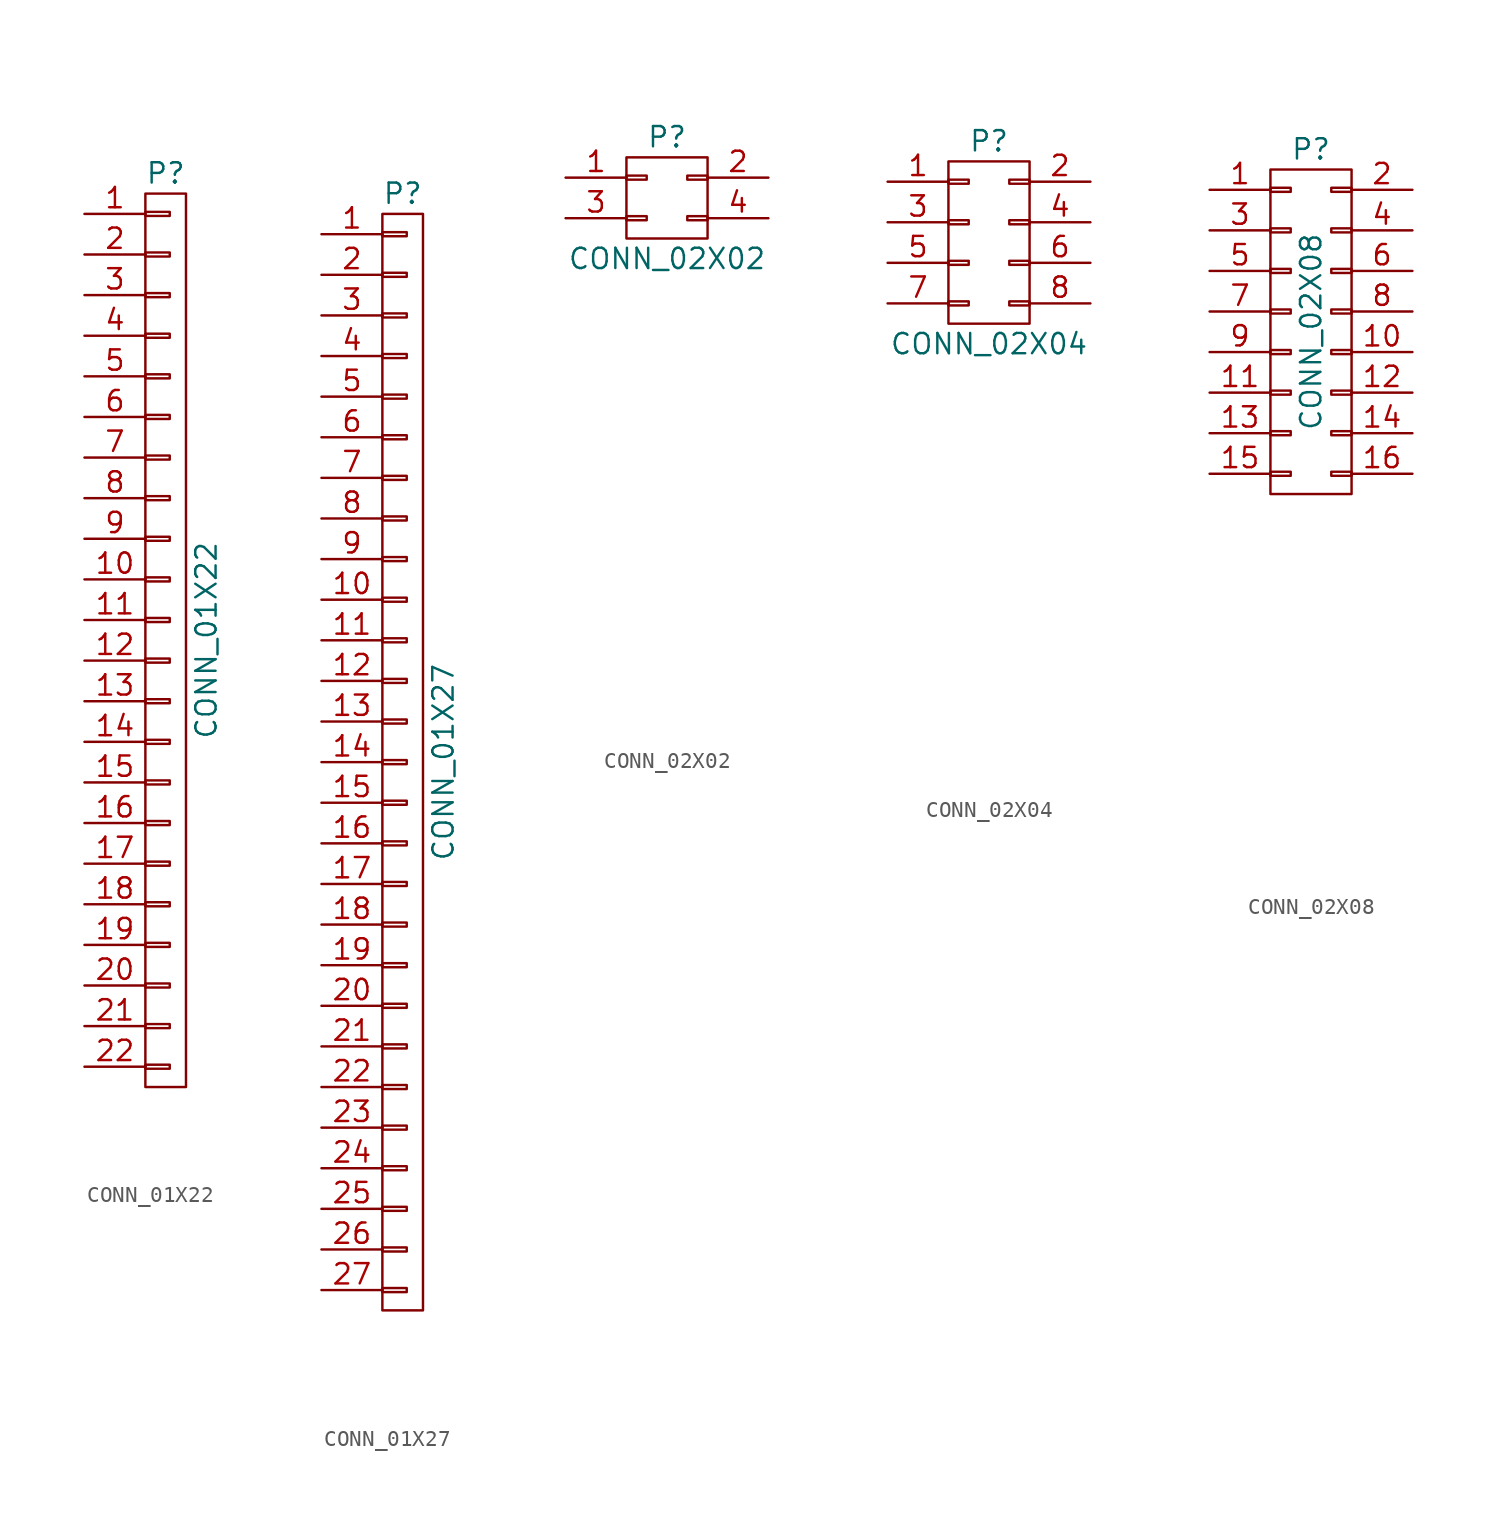
<source format=kicad_sym>
(kicad_symbol_lib
  (version 20211014)
  (generator kicad_symbol_editor)
  (symbol "CONN_01X22"
    (pin_names
      (offset 1.016) hide)
    (property "Reference" "P"
      (at 0 29.21 0)
      (effects (font (size 1.27 1.27))))
    (property "Value" "CONN_01X22"
      (at 2.54 0 90)
      (effects (font (size 1.27 1.27))))
    (property "Footprint" ""
      (at 0 0 0)
      (effects (font (size 1.27 1.27))))
    (property "Datasheet" ""
      (at 0 0 0)
      (effects (font (size 1.27 1.27))))
    (symbol "CONN_01X22_0_1"
      (rectangle (start -1.27 -27.94) (end 1.27 27.94) (stroke (width 0) (type default) (color 0 0 0 0)) (fill (type none)))
      (rectangle (start -1.27 -26.543) (end 0.254 -26.797) (stroke (width 0) (type default) (color 0 0 0 0)) (fill (type none)))
      (rectangle (start -1.27 -24.003) (end 0.254 -24.257) (stroke (width 0) (type default) (color 0 0 0 0)) (fill (type none)))
      (rectangle (start -1.27 -21.463) (end 0.254 -21.717) (stroke (width 0) (type default) (color 0 0 0 0)) (fill (type none)))
      (rectangle (start -1.27 -18.923) (end 0.254 -19.177) (stroke (width 0) (type default) (color 0 0 0 0)) (fill (type none)))
      (rectangle (start -1.27 -16.383) (end 0.254 -16.637) (stroke (width 0) (type default) (color 0 0 0 0)) (fill (type none)))
      (rectangle (start -1.27 -13.843) (end 0.254 -14.097) (stroke (width 0) (type default) (color 0 0 0 0)) (fill (type none)))
      (rectangle (start -1.27 -11.303) (end 0.254 -11.557) (stroke (width 0) (type default) (color 0 0 0 0)) (fill (type none)))
      (rectangle (start -1.27 -8.763) (end 0.254 -9.017) (stroke (width 0) (type default) (color 0 0 0 0)) (fill (type none)))
      (rectangle (start -1.27 -6.223) (end 0.254 -6.477) (stroke (width 0) (type default) (color 0 0 0 0)) (fill (type none)))
      (rectangle (start -1.27 -3.683) (end 0.254 -3.937) (stroke (width 0) (type default) (color 0 0 0 0)) (fill (type none)))
      (rectangle (start -1.27 -1.143) (end 0.254 -1.397) (stroke (width 0) (type default) (color 0 0 0 0)) (fill (type none)))
      (rectangle (start -1.27 1.397) (end 0.254 1.143) (stroke (width 0) (type default) (color 0 0 0 0)) (fill (type none)))
      (rectangle (start -1.27 3.937) (end 0.254 3.683) (stroke (width 0) (type default) (color 0 0 0 0)) (fill (type none)))
      (rectangle (start -1.27 6.477) (end 0.254 6.223) (stroke (width 0) (type default) (color 0 0 0 0)) (fill (type none)))
      (rectangle (start -1.27 9.017) (end 0.254 8.763) (stroke (width 0) (type default) (color 0 0 0 0)) (fill (type none)))
      (rectangle (start -1.27 11.557) (end 0.254 11.303) (stroke (width 0) (type default) (color 0 0 0 0)) (fill (type none)))
      (rectangle (start -1.27 14.097) (end 0.254 13.843) (stroke (width 0) (type default) (color 0 0 0 0)) (fill (type none)))
      (rectangle (start -1.27 16.637) (end 0.254 16.383) (stroke (width 0) (type default) (color 0 0 0 0)) (fill (type none)))
      (rectangle (start -1.27 19.177) (end 0.254 18.923) (stroke (width 0) (type default) (color 0 0 0 0)) (fill (type none)))
      (rectangle (start -1.27 21.717) (end 0.254 21.463) (stroke (width 0) (type default) (color 0 0 0 0)) (fill (type none)))
      (rectangle (start -1.27 24.257) (end 0.254 24.003) (stroke (width 0) (type default) (color 0 0 0 0)) (fill (type none)))
      (rectangle (start -1.27 26.797) (end 0.254 26.543) (stroke (width 0) (type default) (color 0 0 0 0)) (fill (type none))))
    (symbol "CONN_01X22_1_1"
      (pin passive line (at -5.08 26.67 0) (length 3.81) (name "P1" (effects (font (size 1.27 1.27)))) (number "1" (effects (font (size 1.27 1.27)))))
      (pin passive line (at -5.08 3.81 0) (length 3.81) (name "P10" (effects (font (size 1.27 1.27)))) (number "10" (effects (font (size 1.27 1.27)))))
      (pin passive line (at -5.08 1.27 0) (length 3.81) (name "P11" (effects (font (size 1.27 1.27)))) (number "11" (effects (font (size 1.27 1.27)))))
      (pin passive line (at -5.08 -1.27 0) (length 3.81) (name "P12" (effects (font (size 1.27 1.27)))) (number "12" (effects (font (size 1.27 1.27)))))
      (pin passive line (at -5.08 -3.81 0) (length 3.81) (name "P13" (effects (font (size 1.27 1.27)))) (number "13" (effects (font (size 1.27 1.27)))))
      (pin passive line (at -5.08 -6.35 0) (length 3.81) (name "P14" (effects (font (size 1.27 1.27)))) (number "14" (effects (font (size 1.27 1.27)))))
      (pin passive line (at -5.08 -8.89 0) (length 3.81) (name "P15" (effects (font (size 1.27 1.27)))) (number "15" (effects (font (size 1.27 1.27)))))
      (pin passive line (at -5.08 -11.43 0) (length 3.81) (name "P16" (effects (font (size 1.27 1.27)))) (number "16" (effects (font (size 1.27 1.27)))))
      (pin passive line (at -5.08 -13.97 0) (length 3.81) (name "P17" (effects (font (size 1.27 1.27)))) (number "17" (effects (font (size 1.27 1.27)))))
      (pin passive line (at -5.08 -16.51 0) (length 3.81) (name "P18" (effects (font (size 1.27 1.27)))) (number "18" (effects (font (size 1.27 1.27)))))
      (pin passive line (at -5.08 -19.05 0) (length 3.81) (name "P19" (effects (font (size 1.27 1.27)))) (number "19" (effects (font (size 1.27 1.27)))))
      (pin passive line (at -5.08 24.13 0) (length 3.81) (name "P2" (effects (font (size 1.27 1.27)))) (number "2" (effects (font (size 1.27 1.27)))))
      (pin passive line (at -5.08 -21.59 0) (length 3.81) (name "P20" (effects (font (size 1.27 1.27)))) (number "20" (effects (font (size 1.27 1.27)))))
      (pin passive line (at -5.08 -24.13 0) (length 3.81) (name "P21" (effects (font (size 1.27 1.27)))) (number "21" (effects (font (size 1.27 1.27)))))
      (pin passive line (at -5.08 -26.67 0) (length 3.81) (name "P22" (effects (font (size 1.27 1.27)))) (number "22" (effects (font (size 1.27 1.27)))))
      (pin passive line (at -5.08 21.59 0) (length 3.81) (name "P3" (effects (font (size 1.27 1.27)))) (number "3" (effects (font (size 1.27 1.27)))))
      (pin passive line (at -5.08 19.05 0) (length 3.81) (name "P4" (effects (font (size 1.27 1.27)))) (number "4" (effects (font (size 1.27 1.27)))))
      (pin passive line (at -5.08 16.51 0) (length 3.81) (name "P5" (effects (font (size 1.27 1.27)))) (number "5" (effects (font (size 1.27 1.27)))))
      (pin passive line (at -5.08 13.97 0) (length 3.81) (name "P6" (effects (font (size 1.27 1.27)))) (number "6" (effects (font (size 1.27 1.27)))))
      (pin passive line (at -5.08 11.43 0) (length 3.81) (name "P7" (effects (font (size 1.27 1.27)))) (number "7" (effects (font (size 1.27 1.27)))))
      (pin passive line (at -5.08 8.89 0) (length 3.81) (name "P8" (effects (font (size 1.27 1.27)))) (number "8" (effects (font (size 1.27 1.27)))))
      (pin passive line (at -5.08 6.35 0) (length 3.81) (name "P9" (effects (font (size 1.27 1.27)))) (number "9" (effects (font (size 1.27 1.27)))))))
  (symbol "CONN_01X27"
    (pin_names
      (offset 1.016) hide)
    (property "Reference" "P"
      (at 0 35.56 0)
      (effects (font (size 1.27 1.27))))
    (property "Value" "CONN_01X27"
      (at 2.54 0 90)
      (effects (font (size 1.27 1.27))))
    (property "Footprint" ""
      (at 0 0 0)
      (effects (font (size 1.27 1.27))))
    (property "Datasheet" ""
      (at 0 0 0)
      (effects (font (size 1.27 1.27))))
    (symbol "CONN_01X27_0_1"
      (rectangle (start -1.27 -34.29) (end 1.27 34.29) (stroke (width 0) (type default) (color 0 0 0 0)) (fill (type none)))
      (rectangle (start -1.27 -32.893) (end 0.254 -33.147) (stroke (width 0) (type default) (color 0 0 0 0)) (fill (type none)))
      (rectangle (start -1.27 -30.353) (end 0.254 -30.607) (stroke (width 0) (type default) (color 0 0 0 0)) (fill (type none)))
      (rectangle (start -1.27 -27.813) (end 0.254 -28.067) (stroke (width 0) (type default) (color 0 0 0 0)) (fill (type none)))
      (rectangle (start -1.27 -25.273) (end 0.254 -25.527) (stroke (width 0) (type default) (color 0 0 0 0)) (fill (type none)))
      (rectangle (start -1.27 -22.733) (end 0.254 -22.987) (stroke (width 0) (type default) (color 0 0 0 0)) (fill (type none)))
      (rectangle (start -1.27 -20.193) (end 0.254 -20.447) (stroke (width 0) (type default) (color 0 0 0 0)) (fill (type none)))
      (rectangle (start -1.27 -17.653) (end 0.254 -17.907) (stroke (width 0) (type default) (color 0 0 0 0)) (fill (type none)))
      (rectangle (start -1.27 -15.113) (end 0.254 -15.367) (stroke (width 0) (type default) (color 0 0 0 0)) (fill (type none)))
      (rectangle (start -1.27 -12.573) (end 0.254 -12.827) (stroke (width 0) (type default) (color 0 0 0 0)) (fill (type none)))
      (rectangle (start -1.27 -10.033) (end 0.254 -10.287) (stroke (width 0) (type default) (color 0 0 0 0)) (fill (type none)))
      (rectangle (start -1.27 -7.493) (end 0.254 -7.747) (stroke (width 0) (type default) (color 0 0 0 0)) (fill (type none)))
      (rectangle (start -1.27 -4.953) (end 0.254 -5.207) (stroke (width 0) (type default) (color 0 0 0 0)) (fill (type none)))
      (rectangle (start -1.27 -2.413) (end 0.254 -2.667) (stroke (width 0) (type default) (color 0 0 0 0)) (fill (type none)))
      (rectangle (start -1.27 0.127) (end 0.254 -0.127) (stroke (width 0) (type default) (color 0 0 0 0)) (fill (type none)))
      (rectangle (start -1.27 2.667) (end 0.254 2.413) (stroke (width 0) (type default) (color 0 0 0 0)) (fill (type none)))
      (rectangle (start -1.27 5.207) (end 0.254 4.953) (stroke (width 0) (type default) (color 0 0 0 0)) (fill (type none)))
      (rectangle (start -1.27 7.747) (end 0.254 7.493) (stroke (width 0) (type default) (color 0 0 0 0)) (fill (type none)))
      (rectangle (start -1.27 10.287) (end 0.254 10.033) (stroke (width 0) (type default) (color 0 0 0 0)) (fill (type none)))
      (rectangle (start -1.27 12.827) (end 0.254 12.573) (stroke (width 0) (type default) (color 0 0 0 0)) (fill (type none)))
      (rectangle (start -1.27 15.367) (end 0.254 15.113) (stroke (width 0) (type default) (color 0 0 0 0)) (fill (type none)))
      (rectangle (start -1.27 17.907) (end 0.254 17.653) (stroke (width 0) (type default) (color 0 0 0 0)) (fill (type none)))
      (rectangle (start -1.27 20.447) (end 0.254 20.193) (stroke (width 0) (type default) (color 0 0 0 0)) (fill (type none)))
      (rectangle (start -1.27 22.987) (end 0.254 22.733) (stroke (width 0) (type default) (color 0 0 0 0)) (fill (type none)))
      (rectangle (start -1.27 25.527) (end 0.254 25.273) (stroke (width 0) (type default) (color 0 0 0 0)) (fill (type none)))
      (rectangle (start -1.27 28.067) (end 0.254 27.813) (stroke (width 0) (type default) (color 0 0 0 0)) (fill (type none)))
      (rectangle (start -1.27 30.607) (end 0.254 30.353) (stroke (width 0) (type default) (color 0 0 0 0)) (fill (type none)))
      (rectangle (start -1.27 33.147) (end 0.254 32.893) (stroke (width 0) (type default) (color 0 0 0 0)) (fill (type none))))
    (symbol "CONN_01X27_1_1"
      (pin passive line (at -5.08 33.02 0) (length 3.81) (name "P1" (effects (font (size 1.27 1.27)))) (number "1" (effects (font (size 1.27 1.27)))))
      (pin passive line (at -5.08 10.16 0) (length 3.81) (name "P10" (effects (font (size 1.27 1.27)))) (number "10" (effects (font (size 1.27 1.27)))))
      (pin passive line (at -5.08 7.62 0) (length 3.81) (name "P11" (effects (font (size 1.27 1.27)))) (number "11" (effects (font (size 1.27 1.27)))))
      (pin passive line (at -5.08 5.08 0) (length 3.81) (name "P12" (effects (font (size 1.27 1.27)))) (number "12" (effects (font (size 1.27 1.27)))))
      (pin passive line (at -5.08 2.54 0) (length 3.81) (name "P13" (effects (font (size 1.27 1.27)))) (number "13" (effects (font (size 1.27 1.27)))))
      (pin passive line (at -5.08 0 0) (length 3.81) (name "P14" (effects (font (size 1.27 1.27)))) (number "14" (effects (font (size 1.27 1.27)))))
      (pin passive line (at -5.08 -2.54 0) (length 3.81) (name "P15" (effects (font (size 1.27 1.27)))) (number "15" (effects (font (size 1.27 1.27)))))
      (pin passive line (at -5.08 -5.08 0) (length 3.81) (name "P16" (effects (font (size 1.27 1.27)))) (number "16" (effects (font (size 1.27 1.27)))))
      (pin passive line (at -5.08 -7.62 0) (length 3.81) (name "P17" (effects (font (size 1.27 1.27)))) (number "17" (effects (font (size 1.27 1.27)))))
      (pin passive line (at -5.08 -10.16 0) (length 3.81) (name "P18" (effects (font (size 1.27 1.27)))) (number "18" (effects (font (size 1.27 1.27)))))
      (pin passive line (at -5.08 -12.7 0) (length 3.81) (name "P19" (effects (font (size 1.27 1.27)))) (number "19" (effects (font (size 1.27 1.27)))))
      (pin passive line (at -5.08 30.48 0) (length 3.81) (name "P2" (effects (font (size 1.27 1.27)))) (number "2" (effects (font (size 1.27 1.27)))))
      (pin passive line (at -5.08 -15.24 0) (length 3.81) (name "P20" (effects (font (size 1.27 1.27)))) (number "20" (effects (font (size 1.27 1.27)))))
      (pin passive line (at -5.08 -17.78 0) (length 3.81) (name "P21" (effects (font (size 1.27 1.27)))) (number "21" (effects (font (size 1.27 1.27)))))
      (pin passive line (at -5.08 -20.32 0) (length 3.81) (name "P22" (effects (font (size 1.27 1.27)))) (number "22" (effects (font (size 1.27 1.27)))))
      (pin passive line (at -5.08 -22.86 0) (length 3.81) (name "P23" (effects (font (size 1.27 1.27)))) (number "23" (effects (font (size 1.27 1.27)))))
      (pin passive line (at -5.08 -25.4 0) (length 3.81) (name "P24" (effects (font (size 1.27 1.27)))) (number "24" (effects (font (size 1.27 1.27)))))
      (pin passive line (at -5.08 -27.94 0) (length 3.81) (name "P25" (effects (font (size 1.27 1.27)))) (number "25" (effects (font (size 1.27 1.27)))))
      (pin passive line (at -5.08 -30.48 0) (length 3.81) (name "P26" (effects (font (size 1.27 1.27)))) (number "26" (effects (font (size 1.27 1.27)))))
      (pin passive line (at -5.08 -33.02 0) (length 3.81) (name "P27" (effects (font (size 1.27 1.27)))) (number "27" (effects (font (size 1.27 1.27)))))
      (pin passive line (at -5.08 27.94 0) (length 3.81) (name "P3" (effects (font (size 1.27 1.27)))) (number "3" (effects (font (size 1.27 1.27)))))
      (pin passive line (at -5.08 25.4 0) (length 3.81) (name "P4" (effects (font (size 1.27 1.27)))) (number "4" (effects (font (size 1.27 1.27)))))
      (pin passive line (at -5.08 22.86 0) (length 3.81) (name "P5" (effects (font (size 1.27 1.27)))) (number "5" (effects (font (size 1.27 1.27)))))
      (pin passive line (at -5.08 20.32 0) (length 3.81) (name "P6" (effects (font (size 1.27 1.27)))) (number "6" (effects (font (size 1.27 1.27)))))
      (pin passive line (at -5.08 17.78 0) (length 3.81) (name "P7" (effects (font (size 1.27 1.27)))) (number "7" (effects (font (size 1.27 1.27)))))
      (pin passive line (at -5.08 15.24 0) (length 3.81) (name "P8" (effects (font (size 1.27 1.27)))) (number "8" (effects (font (size 1.27 1.27)))))
      (pin passive line (at -5.08 12.7 0) (length 3.81) (name "P9" (effects (font (size 1.27 1.27)))) (number "9" (effects (font (size 1.27 1.27)))))))
  (symbol "CONN_02X02"
    (pin_names
      (offset 0.025) hide)
    (property "Reference" "P"
      (at 0 3.81 0)
      (effects (font (size 1.27 1.27))))
    (property "Value" "CONN_02X02"
      (at 0 -3.81 0)
      (effects (font (size 1.27 1.27))))
    (property "Footprint" ""
      (at 0 -30.48 0)
      (effects (font (size 1.27 1.27))))
    (property "Datasheet" ""
      (at 0 -30.48 0)
      (effects (font (size 1.27 1.27))))
    (symbol "CONN_02X02_0_1"
      (rectangle (start -2.54 -1.143) (end -1.27 -1.397) (stroke (width 0) (type default) (color 0 0 0 0)) (fill (type none)))
      (rectangle (start -2.54 1.397) (end -1.27 1.143) (stroke (width 0) (type default) (color 0 0 0 0)) (fill (type none)))
      (rectangle (start -2.54 2.54) (end 2.54 -2.54) (stroke (width 0) (type default) (color 0 0 0 0)) (fill (type none)))
      (rectangle (start 1.27 -1.143) (end 2.54 -1.397) (stroke (width 0) (type default) (color 0 0 0 0)) (fill (type none)))
      (rectangle (start 1.27 1.397) (end 2.54 1.143) (stroke (width 0) (type default) (color 0 0 0 0)) (fill (type none))))
    (symbol "CONN_02X02_1_1"
      (pin passive line (at -6.35 1.27 0) (length 3.81) (name "P1" (effects (font (size 1.27 1.27)))) (number "1" (effects (font (size 1.27 1.27)))))
      (pin passive line (at 6.35 1.27 180) (length 3.81) (name "P2" (effects (font (size 1.27 1.27)))) (number "2" (effects (font (size 1.27 1.27)))))
      (pin passive line (at -6.35 -1.27 0) (length 3.81) (name "P3" (effects (font (size 1.27 1.27)))) (number "3" (effects (font (size 1.27 1.27)))))
      (pin passive line (at 6.35 -1.27 180) (length 3.81) (name "P4" (effects (font (size 1.27 1.27)))) (number "4" (effects (font (size 1.27 1.27)))))))
  (symbol "CONN_02X04"
    (pin_names
      (offset 0.025) hide)
    (property "Reference" "P"
      (at 0 6.35 0)
      (effects (font (size 1.27 1.27))))
    (property "Value" "CONN_02X04"
      (at 0 -6.35 0)
      (effects (font (size 1.27 1.27))))
    (property "Footprint" ""
      (at 0 -30.48 0)
      (effects (font (size 1.27 1.27))))
    (property "Datasheet" ""
      (at 0 -30.48 0)
      (effects (font (size 1.27 1.27))))
    (symbol "CONN_02X04_0_1"
      (rectangle (start -2.54 -3.683) (end -1.27 -3.937) (stroke (width 0) (type default) (color 0 0 0 0)) (fill (type none)))
      (rectangle (start -2.54 -1.143) (end -1.27 -1.397) (stroke (width 0) (type default) (color 0 0 0 0)) (fill (type none)))
      (rectangle (start -2.54 1.397) (end -1.27 1.143) (stroke (width 0) (type default) (color 0 0 0 0)) (fill (type none)))
      (rectangle (start -2.54 3.937) (end -1.27 3.683) (stroke (width 0) (type default) (color 0 0 0 0)) (fill (type none)))
      (rectangle (start -2.54 5.08) (end 2.54 -5.08) (stroke (width 0) (type default) (color 0 0 0 0)) (fill (type none)))
      (rectangle (start 1.27 -3.683) (end 2.54 -3.937) (stroke (width 0) (type default) (color 0 0 0 0)) (fill (type none)))
      (rectangle (start 1.27 -1.143) (end 2.54 -1.397) (stroke (width 0) (type default) (color 0 0 0 0)) (fill (type none)))
      (rectangle (start 1.27 1.397) (end 2.54 1.143) (stroke (width 0) (type default) (color 0 0 0 0)) (fill (type none)))
      (rectangle (start 1.27 3.937) (end 2.54 3.683) (stroke (width 0) (type default) (color 0 0 0 0)) (fill (type none))))
    (symbol "CONN_02X04_1_1"
      (pin passive line (at -6.35 3.81 0) (length 3.81) (name "P1" (effects (font (size 1.27 1.27)))) (number "1" (effects (font (size 1.27 1.27)))))
      (pin passive line (at 6.35 3.81 180) (length 3.81) (name "P2" (effects (font (size 1.27 1.27)))) (number "2" (effects (font (size 1.27 1.27)))))
      (pin passive line (at -6.35 1.27 0) (length 3.81) (name "P3" (effects (font (size 1.27 1.27)))) (number "3" (effects (font (size 1.27 1.27)))))
      (pin passive line (at 6.35 1.27 180) (length 3.81) (name "P4" (effects (font (size 1.27 1.27)))) (number "4" (effects (font (size 1.27 1.27)))))
      (pin passive line (at -6.35 -1.27 0) (length 3.81) (name "P5" (effects (font (size 1.27 1.27)))) (number "5" (effects (font (size 1.27 1.27)))))
      (pin passive line (at 6.35 -1.27 180) (length 3.81) (name "P6" (effects (font (size 1.27 1.27)))) (number "6" (effects (font (size 1.27 1.27)))))
      (pin passive line (at -6.35 -3.81 0) (length 3.81) (name "P7" (effects (font (size 1.27 1.27)))) (number "7" (effects (font (size 1.27 1.27)))))
      (pin passive line (at 6.35 -3.81 180) (length 3.81) (name "P8" (effects (font (size 1.27 1.27)))) (number "8" (effects (font (size 1.27 1.27)))))))
  (symbol "CONN_02X08"
    (pin_names
      (offset 0.025) hide)
    (property "Reference" "P"
      (at 0 11.43 0)
      (effects (font (size 1.27 1.27))))
    (property "Value" "CONN_02X08"
      (at 0 0 90)
      (effects (font (size 1.27 1.27))))
    (property "Footprint" ""
      (at 0 -30.48 0)
      (effects (font (size 1.27 1.27))))
    (property "Datasheet" ""
      (at 0 -30.48 0)
      (effects (font (size 1.27 1.27))))
    (symbol "CONN_02X08_0_1"
      (rectangle (start -2.54 -8.763) (end -1.27 -9.017) (stroke (width 0) (type default) (color 0 0 0 0)) (fill (type none)))
      (rectangle (start -2.54 -6.223) (end -1.27 -6.477) (stroke (width 0) (type default) (color 0 0 0 0)) (fill (type none)))
      (rectangle (start -2.54 -3.683) (end -1.27 -3.937) (stroke (width 0) (type default) (color 0 0 0 0)) (fill (type none)))
      (rectangle (start -2.54 -1.143) (end -1.27 -1.397) (stroke (width 0) (type default) (color 0 0 0 0)) (fill (type none)))
      (rectangle (start -2.54 1.397) (end -1.27 1.143) (stroke (width 0) (type default) (color 0 0 0 0)) (fill (type none)))
      (rectangle (start -2.54 3.937) (end -1.27 3.683) (stroke (width 0) (type default) (color 0 0 0 0)) (fill (type none)))
      (rectangle (start -2.54 6.477) (end -1.27 6.223) (stroke (width 0) (type default) (color 0 0 0 0)) (fill (type none)))
      (rectangle (start -2.54 9.017) (end -1.27 8.763) (stroke (width 0) (type default) (color 0 0 0 0)) (fill (type none)))
      (rectangle (start -2.54 10.16) (end 2.54 -10.16) (stroke (width 0) (type default) (color 0 0 0 0)) (fill (type none)))
      (rectangle (start 1.27 -8.763) (end 2.54 -9.017) (stroke (width 0) (type default) (color 0 0 0 0)) (fill (type none)))
      (rectangle (start 1.27 -6.223) (end 2.54 -6.477) (stroke (width 0) (type default) (color 0 0 0 0)) (fill (type none)))
      (rectangle (start 1.27 -3.683) (end 2.54 -3.937) (stroke (width 0) (type default) (color 0 0 0 0)) (fill (type none)))
      (rectangle (start 1.27 -1.143) (end 2.54 -1.397) (stroke (width 0) (type default) (color 0 0 0 0)) (fill (type none)))
      (rectangle (start 1.27 1.397) (end 2.54 1.143) (stroke (width 0) (type default) (color 0 0 0 0)) (fill (type none)))
      (rectangle (start 1.27 3.937) (end 2.54 3.683) (stroke (width 0) (type default) (color 0 0 0 0)) (fill (type none)))
      (rectangle (start 1.27 6.477) (end 2.54 6.223) (stroke (width 0) (type default) (color 0 0 0 0)) (fill (type none)))
      (rectangle (start 1.27 9.017) (end 2.54 8.763) (stroke (width 0) (type default) (color 0 0 0 0)) (fill (type none))))
    (symbol "CONN_02X08_1_1"
      (pin passive line (at -6.35 8.89 0) (length 3.81) (name "P1" (effects (font (size 1.27 1.27)))) (number "1" (effects (font (size 1.27 1.27)))))
      (pin passive line (at 6.35 -1.27 180) (length 3.81) (name "P10" (effects (font (size 1.27 1.27)))) (number "10" (effects (font (size 1.27 1.27)))))
      (pin passive line (at -6.35 -3.81 0) (length 3.81) (name "P11" (effects (font (size 1.27 1.27)))) (number "11" (effects (font (size 1.27 1.27)))))
      (pin passive line (at 6.35 -3.81 180) (length 3.81) (name "P12" (effects (font (size 1.27 1.27)))) (number "12" (effects (font (size 1.27 1.27)))))
      (pin passive line (at -6.35 -6.35 0) (length 3.81) (name "P13" (effects (font (size 1.27 1.27)))) (number "13" (effects (font (size 1.27 1.27)))))
      (pin passive line (at 6.35 -6.35 180) (length 3.81) (name "P14" (effects (font (size 1.27 1.27)))) (number "14" (effects (font (size 1.27 1.27)))))
      (pin passive line (at -6.35 -8.89 0) (length 3.81) (name "P15" (effects (font (size 1.27 1.27)))) (number "15" (effects (font (size 1.27 1.27)))))
      (pin passive line (at 6.35 -8.89 180) (length 3.81) (name "P16" (effects (font (size 1.27 1.27)))) (number "16" (effects (font (size 1.27 1.27)))))
      (pin passive line (at 6.35 8.89 180) (length 3.81) (name "P2" (effects (font (size 1.27 1.27)))) (number "2" (effects (font (size 1.27 1.27)))))
      (pin passive line (at -6.35 6.35 0) (length 3.81) (name "P3" (effects (font (size 1.27 1.27)))) (number "3" (effects (font (size 1.27 1.27)))))
      (pin passive line (at 6.35 6.35 180) (length 3.81) (name "P4" (effects (font (size 1.27 1.27)))) (number "4" (effects (font (size 1.27 1.27)))))
      (pin passive line (at -6.35 3.81 0) (length 3.81) (name "P5" (effects (font (size 1.27 1.27)))) (number "5" (effects (font (size 1.27 1.27)))))
      (pin passive line (at 6.35 3.81 180) (length 3.81) (name "P6" (effects (font (size 1.27 1.27)))) (number "6" (effects (font (size 1.27 1.27)))))
      (pin passive line (at -6.35 1.27 0) (length 3.81) (name "P7" (effects (font (size 1.27 1.27)))) (number "7" (effects (font (size 1.27 1.27)))))
      (pin passive line (at 6.35 1.27 180) (length 3.81) (name "P8" (effects (font (size 1.27 1.27)))) (number "8" (effects (font (size 1.27 1.27)))))
      (pin passive line (at -6.35 -1.27 0) (length 3.81) (name "P9" (effects (font (size 1.27 1.27)))) (number "9" (effects (font (size 1.27 1.27))))))))
</source>
